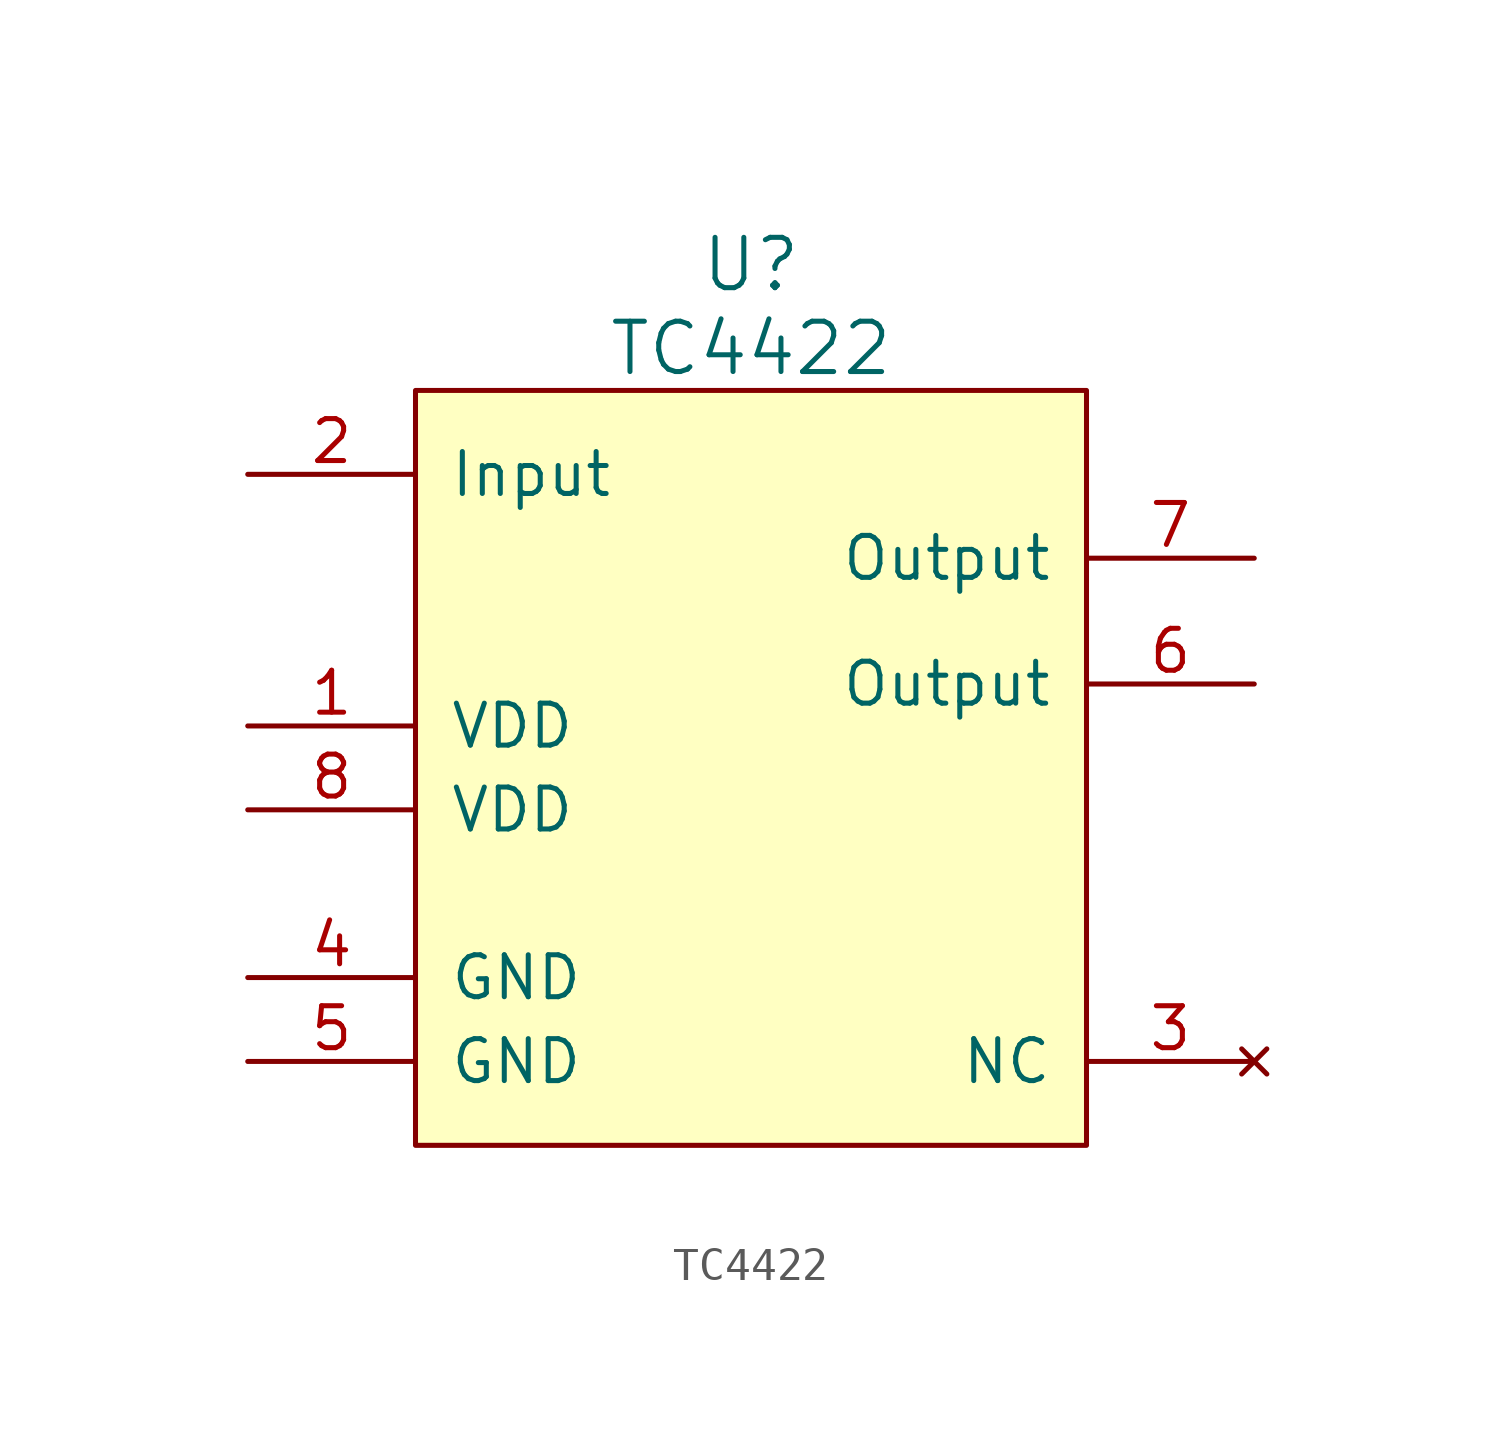
<source format=kicad_sym>
(kicad_symbol_lib
  (version 20211014)
  (generator kicad_symbol_editor)
  (symbol "TC4422"
    (pin_names
      (offset 1.016))
    (property "Reference" "U"
      (at 10.16 3.81 0)
      (effects (font (size 1.524 1.524))))
    (property "Value" "TC4422"
      (at 10.16 1.27 0)
      (effects (font (size 1.524 1.524))))
    (symbol "TC4422_1_1"
      (rectangle (start 0 0) (end 20.32 -22.86) (stroke (width 0) (type default) (color 0 0 0 0)) (fill (type background)))
      (pin power_in line (at -5.08 -10.16 0) (length 5.08) (name "VDD" (effects (font (size 1.27 1.27)))) (number "1" (effects (font (size 1.27 1.27)))))
      (pin input line (at -5.08 -2.54 0) (length 5.08) (name "Input" (effects (font (size 1.27 1.27)))) (number "2" (effects (font (size 1.27 1.27)))))
      (pin no_connect line (at 25.4 -20.32 180) (length 5.08) (name "NC" (effects (font (size 1.27 1.27)))) (number "3" (effects (font (size 1.27 1.27)))))
      (pin power_out line (at -5.08 -17.78 0) (length 5.08) (name "GND" (effects (font (size 1.27 1.27)))) (number "4" (effects (font (size 1.27 1.27)))))
      (pin power_out line (at -5.08 -20.32 0) (length 5.08) (name "GND" (effects (font (size 1.27 1.27)))) (number "5" (effects (font (size 1.27 1.27)))))
      (pin output line (at 25.4 -8.89 180) (length 5.08) (name "Output" (effects (font (size 1.27 1.27)))) (number "6" (effects (font (size 1.27 1.27)))))
      (pin output line (at 25.4 -5.08 180) (length 5.08) (name "Output" (effects (font (size 1.27 1.27)))) (number "7" (effects (font (size 1.27 1.27)))))
      (pin power_in line (at -5.08 -12.7 0) (length 5.08) (name "VDD" (effects (font (size 1.27 1.27)))) (number "8" (effects (font (size 1.27 1.27))))))))
</source>
